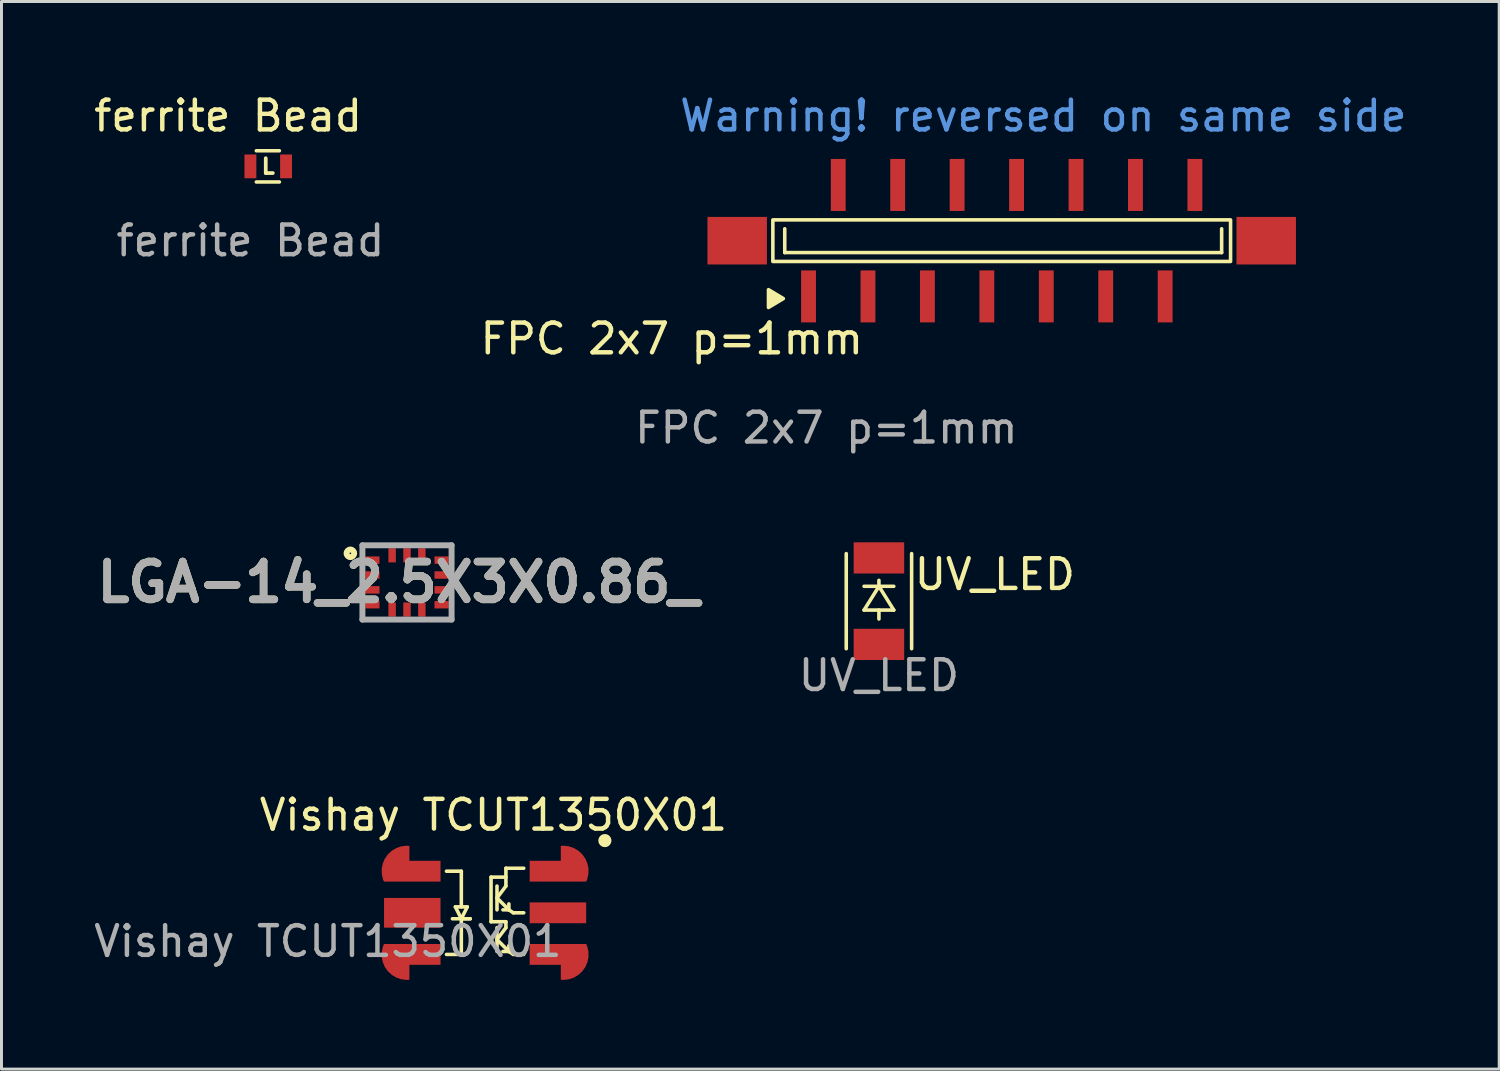
<source format=kicad_pcb>
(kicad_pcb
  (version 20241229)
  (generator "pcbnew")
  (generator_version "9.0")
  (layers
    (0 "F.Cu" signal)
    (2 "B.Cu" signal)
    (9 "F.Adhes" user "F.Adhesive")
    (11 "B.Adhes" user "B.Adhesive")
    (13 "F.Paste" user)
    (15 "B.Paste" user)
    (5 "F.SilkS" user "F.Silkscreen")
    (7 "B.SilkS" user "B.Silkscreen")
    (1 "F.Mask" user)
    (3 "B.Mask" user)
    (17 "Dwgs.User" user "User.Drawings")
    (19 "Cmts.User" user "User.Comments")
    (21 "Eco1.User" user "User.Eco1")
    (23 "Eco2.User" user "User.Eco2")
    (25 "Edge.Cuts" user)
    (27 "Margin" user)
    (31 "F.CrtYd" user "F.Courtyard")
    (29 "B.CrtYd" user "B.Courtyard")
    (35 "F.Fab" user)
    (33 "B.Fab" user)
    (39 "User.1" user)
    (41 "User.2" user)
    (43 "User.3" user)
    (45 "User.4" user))
  (footprint "FPC 2x7 p=1mm"
    (layer "F.Cu")
    (at 21.754 5.048)
    (property "Reference" "FPC 2x7 p=1mm" (at -2.2 3.3 0) (unlocked yes) (layer "F.SilkS") (effects (font (size 1 1) (thickness 0.15))))
    (attr smd)
    (fp_line (start 1.6 -0.4) (end 1.6 0.4) (stroke (width 0.12) (type solid)) (layer "F.SilkS"))
    (fp_line (start 1.6 0.4) (end 16.3 0.4) (stroke (width 0.12) (type solid)) (layer "F.SilkS"))
    (fp_line (start 16.3 0.4) (end 16.3 -0.4) (stroke (width 0.12) (type solid)) (layer "F.SilkS"))
    (fp_rect (start 1.2 -0.7) (end 16.6 0.7) (stroke (width 0.12) (type solid)) (fill no) (layer "F.SilkS"))
    (fp_poly (pts (xy 1.053 2.248) (xy 1.053 1.648) (xy 1.553 1.948)) (stroke (width 0.12) (type solid)) (fill yes) (layer "F.SilkS"))
    (fp_text user "Warning! reversed on same side" (at 10.3 -4.2 0) (unlocked yes) (layer "Cmts.User") (effects (font (size 1 1) (thickness 0.15))))
    (fp_text user "${REFERENCE}" (at 3 6.3 0) (unlocked yes) (layer "F.Fab") (effects (font (size 1 1) (thickness 0.15))))
    (pad "0" smd rect (at 0 0) (size 2 1.6) (layers "F.Cu" "F.Mask" "F.Paste"))
    (pad "0" smd rect (at 17.8 0) (size 2 1.6) (layers "F.Cu" "F.Mask" "F.Paste"))
    (pad "1" smd rect (at 2.4 1.875) (size 0.5 1.75) (layers "F.Cu" "F.Mask" "F.Paste"))
    (pad "2" smd rect (at 3.4 -1.875) (size 0.5 1.75) (layers "F.Cu" "F.Mask" "F.Paste"))
    (pad "3" smd rect (at 4.4 1.875) (size 0.5 1.75) (layers "F.Cu" "F.Mask" "F.Paste"))
    (pad "4" smd rect (at 5.4 -1.875) (size 0.5 1.75) (layers "F.Cu" "F.Mask" "F.Paste"))
    (pad "5" smd rect (at 6.4 1.875) (size 0.5 1.75) (layers "F.Cu" "F.Mask" "F.Paste"))
    (pad "6" smd rect (at 7.4 -1.875) (size 0.5 1.75) (layers "F.Cu" "F.Mask" "F.Paste"))
    (pad "7" smd rect (at 8.4 1.875) (size 0.5 1.75) (layers "F.Cu" "F.Mask" "F.Paste"))
    (pad "8" smd rect (at 9.4 -1.875) (size 0.5 1.75) (layers "F.Cu" "F.Mask" "F.Paste"))
    (pad "9" smd rect (at 10.4 1.875) (size 0.5 1.75) (layers "F.Cu" "F.Mask" "F.Paste"))
    (pad "10" smd rect (at 11.4 -1.875) (size 0.5 1.75) (layers "F.Cu" "F.Mask" "F.Paste"))
    (pad "11" smd rect (at 12.4 1.875) (size 0.5 1.75) (layers "F.Cu" "F.Mask" "F.Paste"))
    (pad "12" smd rect (at 13.4 -1.875) (size 0.5 1.75) (layers "F.Cu" "F.Mask" "F.Paste"))
    (pad "13" smd rect (at 14.4 1.875) (size 0.5 1.75) (layers "F.Cu" "F.Mask" "F.Paste"))
    (pad "14" smd rect (at 15.4 -1.875) (size 0.5 1.75) (layers "F.Cu" "F.Mask" "F.Paste")))
  (footprint "LGA-14_2.5X3X0.86_"
    (layer "F.Cu")
    (at 10.644 16.547)
    (property "Reference" "LGA-14_2.5X3X0.86_" (at -0.29 -0.006 0) (layer "F.SilkS") (effects (font (size 1.27 1.27) (thickness 0.254))))
    (attr smd)
    (fp_circle (center -1.905 -0.98) (end -1.905 -0.953) (stroke (width 0.2) (type solid)) (fill no) (layer "F.SilkS"))
    (fp_line (start -1.5 -1.25) (end 1.5 -1.25) (stroke (width 0.2) (type solid)) (layer "F.Fab"))
    (fp_line (start -1.5 1.25) (end -1.5 -1.25) (stroke (width 0.2) (type solid)) (layer "F.Fab"))
    (fp_line (start 1.5 -1.25) (end 1.5 1.25) (stroke (width 0.2) (type solid)) (layer "F.Fab"))
    (fp_line (start 1.5 1.25) (end -1.5 1.25) (stroke (width 0.2) (type solid)) (layer "F.Fab"))
    (fp_text user "${REFERENCE}" (at -0.29 -0.006 0) (layer "F.Fab") (effects (font (size 1.27 1.27) (thickness 0.254))))
    (pad "1" smd rect (at -1.163 -0.75 90) (size 0.25 0.475) (layers "F.Cu" "F.Mask" "F.Paste"))
    (pad "2" smd rect (at -1.163 -0.25 90) (size 0.25 0.475) (layers "F.Cu" "F.Mask" "F.Paste"))
    (pad "3" smd rect (at -1.163 0.25 90) (size 0.25 0.475) (layers "F.Cu" "F.Mask" "F.Paste"))
    (pad "4" smd rect (at -1.163 0.75 90) (size 0.25 0.475) (layers "F.Cu" "F.Mask" "F.Paste"))
    (pad "5" smd rect (at -0.5 0.912) (size 0.25 0.475) (layers "F.Cu" "F.Mask" "F.Paste"))
    (pad "6" smd rect (at 0 0.912) (size 0.25 0.475) (layers "F.Cu" "F.Mask" "F.Paste"))
    (pad "7" smd rect (at 0.5 0.912) (size 0.25 0.475) (layers "F.Cu" "F.Mask" "F.Paste"))
    (pad "8" smd rect (at 1.163 0.75 90) (size 0.25 0.475) (layers "F.Cu" "F.Mask" "F.Paste"))
    (pad "9" smd rect (at 1.163 0.25 90) (size 0.25 0.475) (layers "F.Cu" "F.Mask" "F.Paste"))
    (pad "10" smd rect (at 1.163 -0.25 90) (size 0.25 0.475) (layers "F.Cu" "F.Mask" "F.Paste"))
    (pad "11" smd rect (at 1.163 -0.75 90) (size 0.25 0.475) (layers "F.Cu" "F.Mask" "F.Paste"))
    (pad "12" smd rect (at 0.5 -0.912) (size 0.25 0.475) (layers "F.Cu" "F.Mask" "F.Paste"))
    (pad "13" smd rect (at 0 -0.912) (size 0.25 0.475) (layers "F.Cu" "F.Mask" "F.Paste"))
    (pad "14" smd rect (at -0.5 -0.912) (size 0.25 0.475) (layers "F.Cu" "F.Mask" "F.Paste")))
  (footprint "Vishay TCUT1350X01"
    (layer "F.Cu")
    (at 13.272 27.663)
    (property "Reference" "Vishay TCUT1350X01" (at 0.28 -3.29 0) (unlocked yes) (layer "F.SilkS") (effects (font (size 1 1) (thickness 0.15))))
    (attr smd)
    (fp_line (start -1.3 -1.4) (end -0.8 -1.4) (stroke (width 0.12) (type solid)) (layer "F.SilkS"))
    (fp_line (start -1.1 0.2) (end -0.5 0.2) (stroke (width 0.12) (type solid)) (layer "F.SilkS"))
    (fp_line (start -1 -0.2) (end -0.6 -0.2) (stroke (width 0.12) (type solid)) (layer "F.SilkS"))
    (fp_line (start -0.8 -1.4) (end -0.8 -0.2) (stroke (width 0.12) (type solid)) (layer "F.SilkS"))
    (fp_line (start -0.8 0.2) (end -1 -0.2) (stroke (width 0.12) (type solid)) (layer "F.SilkS"))
    (fp_line (start -0.8 0.2) (end -0.8 1.4) (stroke (width 0.12) (type solid)) (layer "F.SilkS"))
    (fp_line (start -0.8 1.4) (end -1.3 1.4) (stroke (width 0.12) (type solid)) (layer "F.SilkS"))
    (fp_line (start -0.6 -0.2) (end -0.8 0.2) (stroke (width 0.12) (type solid)) (layer "F.SilkS"))
    (fp_line (start -0.5 0.2) (end -0.8 0.2) (stroke (width 0.12) (type solid)) (layer "F.SilkS"))
    (fp_line (start 0.2 -1.2) (end 0.2 0.3) (stroke (width 0.12) (type solid)) (layer "F.SilkS"))
    (fp_line (start 0.2 0.3) (end 0.5 0.3) (stroke (width 0.12) (type solid)) (layer "F.SilkS"))
    (fp_line (start 0.4 -0.9) (end 0.4 -0.1) (stroke (width 0.12) (type solid)) (layer "F.SilkS"))
    (fp_line (start 0.4 -0.5) (end 0.8 -0.1) (stroke (width 0.12) (type solid)) (layer "F.SilkS"))
    (fp_line (start 0.4 0.5) (end 0.4 1.3) (stroke (width 0.12) (type solid)) (layer "F.SilkS"))
    (fp_line (start 0.4 0.9) (end 0.8 1.3) (stroke (width 0.12) (type solid)) (layer "F.SilkS"))
    (fp_line (start 0.5 0.3) (end 0.7 0.3) (stroke (width 0.12) (type solid)) (layer "F.SilkS"))
    (fp_line (start 0.7 -1.5) (end 0.7 -0.9) (stroke (width 0.12) (type solid)) (layer "F.SilkS"))
    (fp_line (start 0.7 -1.2) (end 0.2 -1.2) (stroke (width 0.12) (type solid)) (layer "F.SilkS"))
    (fp_line (start 0.7 -0.9) (end 0.4 -0.5) (stroke (width 0.12) (type solid)) (layer "F.SilkS"))
    (fp_line (start 0.7 0.3) (end 0.7 0.5) (stroke (width 0.12) (type solid)) (layer "F.SilkS"))
    (fp_line (start 0.7 0.5) (end 0.4 0.9) (stroke (width 0.12) (type solid)) (layer "F.SilkS"))
    (fp_line (start 0.8 -0.1) (end 0.6 -0.1) (stroke (width 0.12) (type solid)) (layer "F.SilkS"))
    (fp_line (start 0.8 -0.1) (end 0.8 -0.3) (stroke (width 0.12) (type solid)) (layer "F.SilkS"))
    (fp_line (start 0.8 1.3) (end 0.6 1.3) (stroke (width 0.12) (type solid)) (layer "F.SilkS"))
    (fp_line (start 0.8 1.3) (end 0.8 1.1) (stroke (width 0.12) (type solid)) (layer "F.SilkS"))
    (fp_line (start 0.8 1.3) (end 0.95 1.4) (stroke (width 0.12) (type solid)) (layer "F.SilkS"))
    (fp_line (start 0.95 0) (end 0.8 -0.1) (stroke (width 0.12) (type solid)) (layer "F.SilkS"))
    (fp_line (start 0.95 0) (end 1.3 0) (stroke (width 0.12) (type solid)) (layer "F.SilkS"))
    (fp_line (start 0.95 1.4) (end 1.3 1.4) (stroke (width 0.12) (type solid)) (layer "F.SilkS"))
    (fp_line (start 1.3 -1.5) (end 0.7 -1.5) (stroke (width 0.12) (type solid)) (layer "F.SilkS"))
    (fp_circle (center 4.03 -2.43) (end 4.19 -2.43) (stroke (width 0.12) (type solid)) (fill yes) (layer "F.SilkS"))
    (fp_text user "${REFERENCE}" (at -5.29 0.96 0) (unlocked yes) (layer "F.Fab") (effects (font (size 1 1) (thickness 0.15))))
    (pad "1" smd custom (at -2.45 -1.4) (size 1.9 0.7) (layers "F.Cu" "F.Mask" "F.Paste") (options (anchor rect)) (primitives (gr_poly (pts (xy -0.1 -0.34) (xy -0.1 -0.85) (xy -0.189 -0.856) (xy -0.366 -0.835) (xy -0.534 -0.778) (xy -0.687 -0.687) (xy -0.818 -0.567) (xy -0.921 -0.421) (xy -0.991 -0.258) (xy -1.026 -0.083) (xy -1.024 0.095) (xy -0.985 0.268) (xy -0.95 0.35)) (width 0.005) (fill yes))))
    (pad "2" smd rect (at -2.45 0) (size 1.9 1) (layers "F.Cu" "F.Mask" "F.Paste"))
    (pad "3" smd custom (at -2.45 1.4 180) (size 1.9 0.7) (layers "F.Cu" "F.Mask" "F.Paste") (options (anchor rect)) (primitives (gr_poly (pts (xy 0.1 -0.34) (xy 0.1 -0.85) (xy 0.189 -0.856) (xy 0.366 -0.835) (xy 0.534 -0.778) (xy 0.687 -0.687) (xy 0.818 -0.567) (xy 0.921 -0.421) (xy 0.991 -0.258) (xy 1.026 -0.083) (xy 1.024 0.095) (xy 0.985 0.268) (xy 0.95 0.35)) (width 0.005) (fill yes))))
    (pad "4" smd custom (at 2.45 -1.4) (size 1.9 0.7) (layers "F.Cu" "F.Mask" "F.Paste") (options (anchor rect)) (primitives (gr_poly (pts (xy 0.1 -0.34) (xy 0.1 -0.85) (xy 0.189 -0.856) (xy 0.366 -0.835) (xy 0.534 -0.778) (xy 0.687 -0.687) (xy 0.818 -0.567) (xy 0.921 -0.421) (xy 0.991 -0.258) (xy 1.026 -0.083) (xy 1.024 0.095) (xy 0.985 0.268) (xy 0.95 0.35)) (width 0.005) (fill yes))))
    (pad "5" smd rect (at 2.45 0) (size 1.9 0.7) (layers "F.Cu" "F.Mask" "F.Paste"))
    (pad "6" smd custom (at 2.45 1.4 180) (size 1.9 0.7) (layers "F.Cu" "F.Mask" "F.Paste") (options (anchor rect)) (primitives (gr_poly (pts (xy -0.1 -0.34) (xy -0.1 -0.85) (xy -0.189 -0.856) (xy -0.366 -0.835) (xy -0.534 -0.778) (xy -0.687 -0.687) (xy -0.818 -0.567) (xy -0.921 -0.421) (xy -0.991 -0.258) (xy -1.026 -0.083) (xy -1.024 0.095) (xy -0.985 0.268) (xy -0.95 0.35)) (width 0.005) (fill yes)))))
  (footprint "UV_LED"
    (layer "F.Cu")
    (at 26.523 17.177)
    (property "Reference" "UV_LED" (at 3.9 -0.9 0) (unlocked yes) (layer "F.SilkS") (effects (font (size 1 1) (thickness 0.15))))
    (attr smd)
    (fp_line (start -1.1 -1.6) (end -1.1 1.6) (stroke (width 0.12) (type solid)) (layer "F.SilkS"))
    (fp_line (start -0.5 -0.5) (end 0.5 -0.5) (stroke (width 0.12) (type solid)) (layer "F.SilkS"))
    (fp_line (start -0.5 0.3) (end 0 -0.5) (stroke (width 0.12) (type solid)) (layer "F.SilkS"))
    (fp_line (start 0 -0.5) (end 0 -0.7) (stroke (width 0.12) (type solid)) (layer "F.SilkS"))
    (fp_line (start 0 -0.5) (end 0.5 0.3) (stroke (width 0.12) (type solid)) (layer "F.SilkS"))
    (fp_line (start 0 0.3) (end 0 0.6) (stroke (width 0.12) (type solid)) (layer "F.SilkS"))
    (fp_line (start 0.5 0.3) (end -0.5 0.3) (stroke (width 0.12) (type solid)) (layer "F.SilkS"))
    (fp_line (start 1.1 -1.6) (end 1.1 1.6) (stroke (width 0.12) (type solid)) (layer "F.SilkS"))
    (fp_text user "${REFERENCE}" (at 0 2.5 0) (unlocked yes) (layer "F.Fab") (effects (font (size 1 1) (thickness 0.15))))
    (pad "1" smd rect (at 0 -1.455) (size 1.7 1.05) (layers "F.Cu" "F.Mask" "F.Paste"))
    (pad "2" smd rect (at 0 1.455) (size 1.7 1.05) (layers "F.Cu" "F.Mask" "F.Paste")))
  (footprint "ferrite Bead"
    (layer "F.Cu")
    (at 5.375 2.548)
    (property "Reference" "ferrite Bead" (at -0.75 -1.7 0) (unlocked yes) (layer "F.SilkS") (effects (font (size 1 1) (thickness 0.15))))
    (attr smd)
    (fp_line (start 0.2 -0.525) (end 0.975 -0.525) (stroke (width 0.12) (type solid)) (layer "F.SilkS"))
    (fp_line (start 0.2 0.525) (end 0.975 0.525) (stroke (width 0.12) (type solid)) (layer "F.SilkS"))
    (fp_text user "L" (at 0.6 0 0) (unlocked yes) (layer "F.SilkS") (effects (font (size 0.5 0.5) (thickness 0.125))))
    (fp_text user "${REFERENCE}" (at 0 2.5 0) (unlocked yes) (layer "F.Fab") (effects (font (size 1 1) (thickness 0.15))))
    (pad "1" smd rect (at 0 0) (size 0.4 0.8) (layers "F.Cu" "F.Mask" "F.Paste"))
    (pad "2" smd rect (at 1.2 0) (size 0.4 0.8) (layers "F.Cu" "F.Mask" "F.Paste")))
  (gr_rect
    (start -3 -3)
    (end 47.393 32.921)
    (stroke (width 0.1) (type default))
    (fill no)
    (layer "Edge.Cuts")))
</source>
